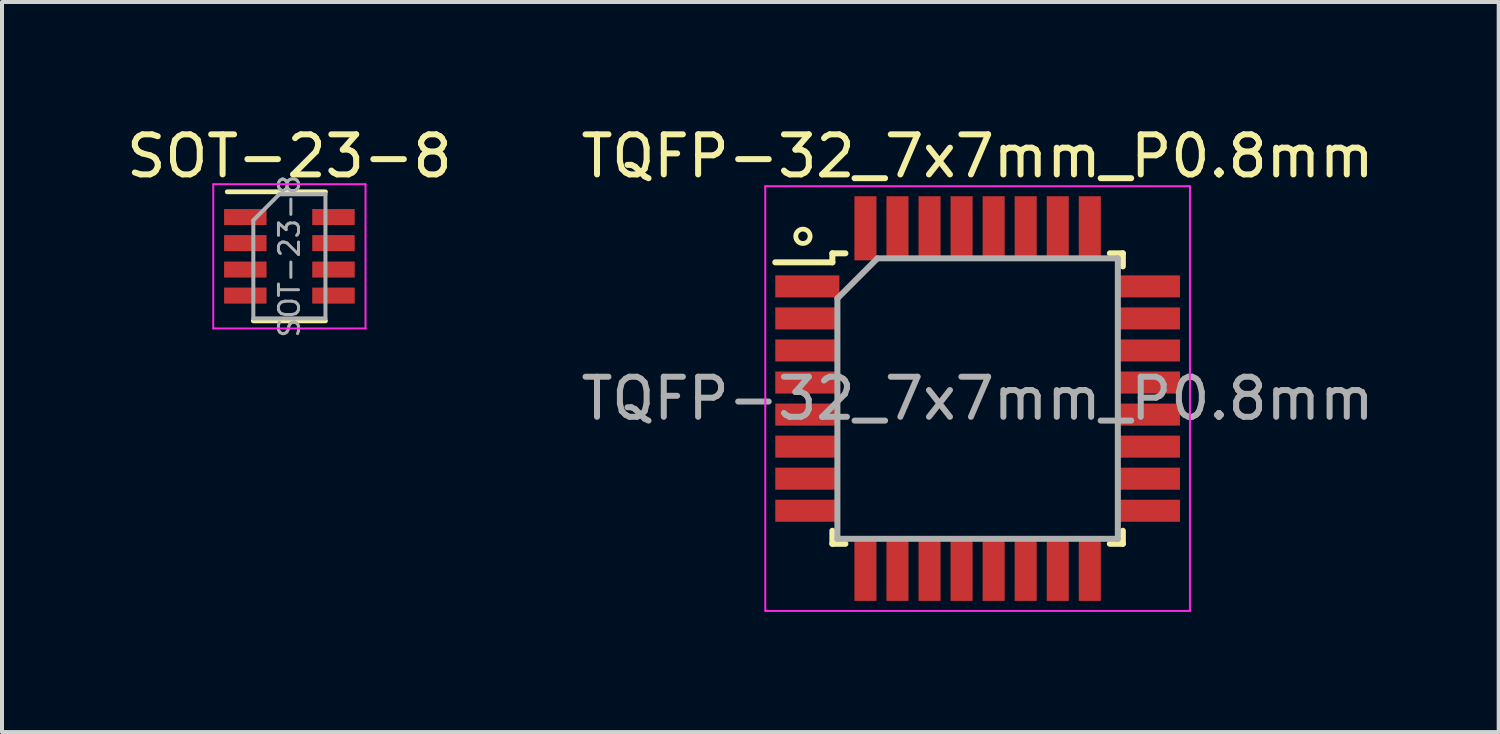
<source format=kicad_pcb>
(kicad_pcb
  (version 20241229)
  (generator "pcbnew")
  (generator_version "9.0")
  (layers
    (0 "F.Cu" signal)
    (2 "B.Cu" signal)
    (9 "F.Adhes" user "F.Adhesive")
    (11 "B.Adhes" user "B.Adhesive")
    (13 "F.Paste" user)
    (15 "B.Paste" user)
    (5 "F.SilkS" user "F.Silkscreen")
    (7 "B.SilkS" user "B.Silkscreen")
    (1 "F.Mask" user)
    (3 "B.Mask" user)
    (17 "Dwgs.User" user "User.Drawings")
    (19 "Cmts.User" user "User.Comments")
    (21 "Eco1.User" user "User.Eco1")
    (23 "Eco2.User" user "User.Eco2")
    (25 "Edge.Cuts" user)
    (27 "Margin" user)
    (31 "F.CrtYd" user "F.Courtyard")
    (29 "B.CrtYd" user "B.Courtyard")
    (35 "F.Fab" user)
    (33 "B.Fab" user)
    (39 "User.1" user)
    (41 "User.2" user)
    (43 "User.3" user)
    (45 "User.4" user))
  (footprint "TQFP-32_7x7mm_P0.8mm"
    (layer "F.Cu")
    (at 21.351 6.898)
    (property "Reference" "TQFP-32_7x7mm_P0.8mm" (at 0 -6.05 0) (layer "F.SilkS") (effects (font (size 1 1) (thickness 0.15))))
    (attr smd)
    (fp_line (start -3.625 -3.625) (end -3.625 -3.4) (stroke (width 0.15) (type solid)) (layer "F.SilkS"))
    (fp_line (start -3.625 -3.625) (end -3.3 -3.625) (stroke (width 0.15) (type solid)) (layer "F.SilkS"))
    (fp_line (start -3.625 -3.4) (end -5.05 -3.4) (stroke (width 0.15) (type solid)) (layer "F.SilkS"))
    (fp_line (start -3.625 3.625) (end -3.625 3.3) (stroke (width 0.15) (type solid)) (layer "F.SilkS"))
    (fp_line (start -3.625 3.625) (end -3.3 3.625) (stroke (width 0.15) (type solid)) (layer "F.SilkS"))
    (fp_line (start 3.625 -3.625) (end 3.3 -3.625) (stroke (width 0.15) (type solid)) (layer "F.SilkS"))
    (fp_line (start 3.625 -3.625) (end 3.625 -3.3) (stroke (width 0.15) (type solid)) (layer "F.SilkS"))
    (fp_line (start 3.625 3.625) (end 3.3 3.625) (stroke (width 0.15) (type solid)) (layer "F.SilkS"))
    (fp_line (start 3.625 3.625) (end 3.625 3.3) (stroke (width 0.15) (type solid)) (layer "F.SilkS"))
    (fp_circle (center -4.36 -4.05) (end -4.28 -3.89) (stroke (width 0.12) (type solid)) (fill no) (layer "F.SilkS"))
    (fp_line (start -5.3 -5.3) (end -5.3 5.3) (stroke (width 0.05) (type solid)) (layer "F.CrtYd"))
    (fp_line (start -5.3 -5.3) (end 5.3 -5.3) (stroke (width 0.05) (type solid)) (layer "F.CrtYd"))
    (fp_line (start -5.3 5.3) (end 5.3 5.3) (stroke (width 0.05) (type solid)) (layer "F.CrtYd"))
    (fp_line (start 5.3 -5.3) (end 5.3 5.3) (stroke (width 0.05) (type solid)) (layer "F.CrtYd"))
    (fp_line (start -3.5 -2.5) (end -2.5 -3.5) (stroke (width 0.15) (type solid)) (layer "F.Fab"))
    (fp_line (start -3.5 3.5) (end -3.5 -2.5) (stroke (width 0.15) (type solid)) (layer "F.Fab"))
    (fp_line (start -2.5 -3.5) (end 3.5 -3.5) (stroke (width 0.15) (type solid)) (layer "F.Fab"))
    (fp_line (start 3.5 -3.5) (end 3.5 3.5) (stroke (width 0.15) (type solid)) (layer "F.Fab"))
    (fp_line (start 3.5 3.5) (end -3.5 3.5) (stroke (width 0.15) (type solid)) (layer "F.Fab"))
    (fp_text user "${REFERENCE}" (at 0 0 0) (layer "F.Fab") (effects (font (size 1 1) (thickness 0.15))))
    (pad "1" smd rect (at -4.25 -2.8) (size 1.6 0.55) (layers "F.Cu" "F.Mask" "F.Paste"))
    (pad "2" smd rect (at -4.25 -2) (size 1.6 0.55) (layers "F.Cu" "F.Mask" "F.Paste"))
    (pad "3" smd rect (at -4.25 -1.2) (size 1.6 0.55) (layers "F.Cu" "F.Mask" "F.Paste"))
    (pad "4" smd rect (at -4.25 -0.4) (size 1.6 0.55) (layers "F.Cu" "F.Mask" "F.Paste"))
    (pad "5" smd rect (at -4.25 0.4) (size 1.6 0.55) (layers "F.Cu" "F.Mask" "F.Paste"))
    (pad "6" smd rect (at -4.25 1.2) (size 1.6 0.55) (layers "F.Cu" "F.Mask" "F.Paste"))
    (pad "7" smd rect (at -4.25 2) (size 1.6 0.55) (layers "F.Cu" "F.Mask" "F.Paste"))
    (pad "8" smd rect (at -4.25 2.8) (size 1.6 0.55) (layers "F.Cu" "F.Mask" "F.Paste"))
    (pad "9" smd rect (at -2.8 4.25 90) (size 1.6 0.55) (layers "F.Cu" "F.Mask" "F.Paste"))
    (pad "10" smd rect (at -2 4.25 90) (size 1.6 0.55) (layers "F.Cu" "F.Mask" "F.Paste"))
    (pad "11" smd rect (at -1.2 4.25 90) (size 1.6 0.55) (layers "F.Cu" "F.Mask" "F.Paste"))
    (pad "12" smd rect (at -0.4 4.25 90) (size 1.6 0.55) (layers "F.Cu" "F.Mask" "F.Paste"))
    (pad "13" smd rect (at 0.4 4.25 90) (size 1.6 0.55) (layers "F.Cu" "F.Mask" "F.Paste"))
    (pad "14" smd rect (at 1.2 4.25 90) (size 1.6 0.55) (layers "F.Cu" "F.Mask" "F.Paste"))
    (pad "15" smd rect (at 2 4.25 90) (size 1.6 0.55) (layers "F.Cu" "F.Mask" "F.Paste"))
    (pad "16" smd rect (at 2.8 4.25 90) (size 1.6 0.55) (layers "F.Cu" "F.Mask" "F.Paste"))
    (pad "17" smd rect (at 4.25 2.8) (size 1.6 0.55) (layers "F.Cu" "F.Mask" "F.Paste"))
    (pad "18" smd rect (at 4.25 2) (size 1.6 0.55) (layers "F.Cu" "F.Mask" "F.Paste"))
    (pad "19" smd rect (at 4.25 1.2) (size 1.6 0.55) (layers "F.Cu" "F.Mask" "F.Paste"))
    (pad "20" smd rect (at 4.25 0.4) (size 1.6 0.55) (layers "F.Cu" "F.Mask" "F.Paste"))
    (pad "21" smd rect (at 4.25 -0.4) (size 1.6 0.55) (layers "F.Cu" "F.Mask" "F.Paste"))
    (pad "22" smd rect (at 4.25 -1.2) (size 1.6 0.55) (layers "F.Cu" "F.Mask" "F.Paste"))
    (pad "23" smd rect (at 4.25 -2) (size 1.6 0.55) (layers "F.Cu" "F.Mask" "F.Paste"))
    (pad "24" smd rect (at 4.25 -2.8) (size 1.6 0.55) (layers "F.Cu" "F.Mask" "F.Paste"))
    (pad "25" smd rect (at 2.8 -4.25 90) (size 1.6 0.55) (layers "F.Cu" "F.Mask" "F.Paste"))
    (pad "26" smd rect (at 2 -4.25 90) (size 1.6 0.55) (layers "F.Cu" "F.Mask" "F.Paste"))
    (pad "27" smd rect (at 1.2 -4.25 90) (size 1.6 0.55) (layers "F.Cu" "F.Mask" "F.Paste"))
    (pad "28" smd rect (at 0.4 -4.25 90) (size 1.6 0.55) (layers "F.Cu" "F.Mask" "F.Paste"))
    (pad "29" smd rect (at -0.4 -4.25 90) (size 1.6 0.55) (layers "F.Cu" "F.Mask" "F.Paste"))
    (pad "30" smd rect (at -1.2 -4.25 90) (size 1.6 0.55) (layers "F.Cu" "F.Mask" "F.Paste"))
    (pad "31" smd rect (at -2 -4.25 90) (size 1.6 0.55) (layers "F.Cu" "F.Mask" "F.Paste"))
    (pad "32" smd rect (at -2.8 -4.25 90) (size 1.6 0.55) (layers "F.Cu" "F.Mask" "F.Paste")))
  (footprint "SOT-23-8"
    (layer "F.Cu")
    (at 4.173 3.348)
    (property "Reference" "SOT-23-8" (at 0 -2.5 0) (layer "F.SilkS") (effects (font (size 1 1) (thickness 0.15))))
    (attr smd)
    (fp_line (start -0.9 1.61) (end 0.9 1.61) (stroke (width 0.12) (type solid)) (layer "F.SilkS"))
    (fp_line (start 0.9 -1.61) (end -1.55 -1.61) (stroke (width 0.12) (type solid)) (layer "F.SilkS"))
    (fp_line (start -1.9 -1.8) (end -1.9 1.8) (stroke (width 0.05) (type solid)) (layer "F.CrtYd"))
    (fp_line (start -1.9 1.8) (end 1.9 1.8) (stroke (width 0.05) (type solid)) (layer "F.CrtYd"))
    (fp_line (start 1.9 -1.8) (end -1.9 -1.8) (stroke (width 0.05) (type solid)) (layer "F.CrtYd"))
    (fp_line (start 1.9 1.8) (end 1.9 -1.8) (stroke (width 0.05) (type solid)) (layer "F.CrtYd"))
    (fp_line (start -0.9 -0.9) (end -0.9 1.55) (stroke (width 0.1) (type solid)) (layer "F.Fab"))
    (fp_line (start -0.9 -0.9) (end -0.25 -1.55) (stroke (width 0.1) (type solid)) (layer "F.Fab"))
    (fp_line (start 0.9 -1.55) (end -0.25 -1.55) (stroke (width 0.1) (type solid)) (layer "F.Fab"))
    (fp_line (start 0.9 -1.55) (end 0.9 1.55) (stroke (width 0.1) (type solid)) (layer "F.Fab"))
    (fp_line (start 0.9 1.55) (end -0.9 1.55) (stroke (width 0.1) (type solid)) (layer "F.Fab"))
    (fp_text user "${REFERENCE}" (at 0 0 90) (layer "F.Fab") (effects (font (size 0.5 0.5) (thickness 0.075))))
    (pad "1" smd rect (at -1.1 -0.98) (size 1.06 0.4) (layers "F.Cu" "F.Mask" "F.Paste"))
    (pad "2" smd rect (at -1.1 -0.33) (size 1.06 0.4) (layers "F.Cu" "F.Mask" "F.Paste"))
    (pad "3" smd rect (at -1.1 0.33) (size 1.06 0.4) (layers "F.Cu" "F.Mask" "F.Paste"))
    (pad "4" smd rect (at -1.1 0.98) (size 1.06 0.4) (layers "F.Cu" "F.Mask" "F.Paste"))
    (pad "5" smd rect (at 1.1 0.98) (size 1.06 0.4) (layers "F.Cu" "F.Mask" "F.Paste"))
    (pad "6" smd rect (at 1.1 0.33) (size 1.06 0.4) (layers "F.Cu" "F.Mask" "F.Paste"))
    (pad "7" smd rect (at 1.1 -0.33) (size 1.06 0.4) (layers "F.Cu" "F.Mask" "F.Paste"))
    (pad "8" smd rect (at 1.1 -0.98) (size 1.06 0.4) (layers "F.Cu" "F.Mask" "F.Paste")))
  (gr_rect
    (start -3 -3)
    (end 34.357 15.223)
    (stroke (width 0.1) (type default))
    (fill no)
    (layer "Edge.Cuts")))
</source>
